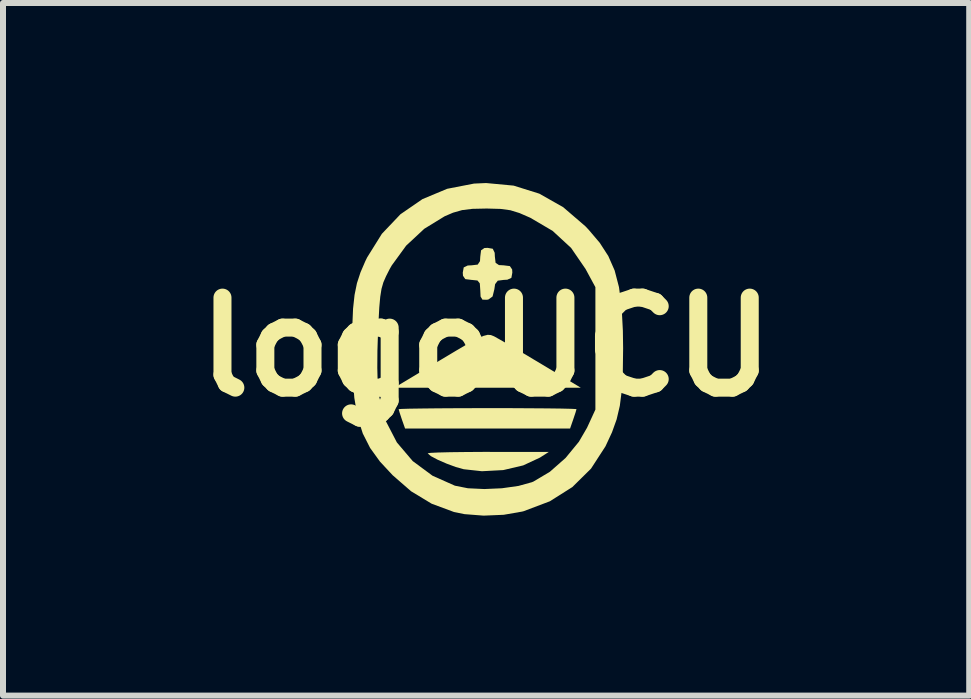
<source format=kicad_pcb>
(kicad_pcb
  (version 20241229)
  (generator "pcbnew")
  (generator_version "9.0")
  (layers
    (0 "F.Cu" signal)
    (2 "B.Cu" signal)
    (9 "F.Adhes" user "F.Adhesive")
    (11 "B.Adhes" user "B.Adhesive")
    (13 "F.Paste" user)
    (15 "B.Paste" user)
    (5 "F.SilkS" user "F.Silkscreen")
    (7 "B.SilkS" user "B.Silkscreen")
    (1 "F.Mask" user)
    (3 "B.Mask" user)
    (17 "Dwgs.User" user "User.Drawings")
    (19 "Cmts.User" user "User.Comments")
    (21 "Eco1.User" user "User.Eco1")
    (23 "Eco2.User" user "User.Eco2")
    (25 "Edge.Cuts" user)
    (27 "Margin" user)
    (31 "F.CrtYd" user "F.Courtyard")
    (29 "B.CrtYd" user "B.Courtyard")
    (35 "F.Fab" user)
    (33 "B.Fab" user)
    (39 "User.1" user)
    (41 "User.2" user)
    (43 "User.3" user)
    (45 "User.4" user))
  (footprint "logoUCU"
    (layer "F.Cu")
    (at 5.05 2.731)
    (property "Reference" "logoUCU" (at 0 0 0) (layer "F.SilkS") (effects (font (size 1.5 1.5) (thickness 0.3))))
    (attr board_only exclude_from_pos_files exclude_from_bom)
    (fp_poly (pts (xy 0.08 -0.198) (xy 0.13 -0.178) (xy 0.14 -0.173) (xy 0.227 -0.124) (xy 0.38 -0.036) (xy 0.579 0.081) (xy 0.807 0.217) (xy 0.926 0.288) (xy 1.578 0.68) (xy 0.024 0.68) (xy -1.53 0.68) (xy -0.762 0.219) (xy -0.491 0.057) (xy -0.29 -0.061) (xy -0.145 -0.139) (xy -0.044 -0.184) (xy 0.027 -0.202)) (stroke (width 0) (type solid)) (fill yes) (layer "F.SilkS"))
    (fp_poly (pts (xy 1.044 1.75) (xy 0.897 1.844) (xy 0.618 1.974) (xy 0.286 2.052) (xy -0.07 2.071) (xy -0.372 2.038) (xy -0.505 2.001) (xy -0.659 1.944) (xy -0.806 1.88) (xy -0.919 1.82) (xy -0.971 1.776) (xy -0.971 1.772) (xy -0.925 1.765) (xy -0.796 1.759) (xy -0.598 1.754) (xy -0.347 1.751) (xy -0.055 1.749) (xy 0.036 1.749)) (stroke (width 0) (type solid)) (fill yes) (layer "F.SilkS"))
    (fp_poly (pts (xy 0.392 1.02) (xy 0.727 1.022) (xy 1.017 1.024) (xy 1.25 1.027) (xy 1.414 1.031) (xy 1.497 1.035) (xy 1.506 1.037) (xy 1.491 1.09) (xy 1.456 1.195) (xy 1.452 1.207) (xy 1.399 1.36) (xy 0.024 1.36) (xy -1.35 1.36) (xy -1.404 1.207) (xy -1.44 1.098) (xy -1.457 1.039) (xy -1.457 1.037) (xy -1.41 1.033) (xy -1.278 1.029) (xy -1.073 1.026) (xy -0.806 1.023) (xy -0.488 1.021) (xy -0.132 1.02) (xy 0.024 1.02)) (stroke (width 0) (type solid)) (fill yes) (layer "F.SilkS"))
    (fp_poly (pts (xy 0.111 -1.636) (xy 0.143 -1.569) (xy 0.146 -1.506) (xy 0.158 -1.402) (xy 0.214 -1.364) (xy 0.291 -1.36) (xy 0.396 -1.347) (xy 0.434 -1.291) (xy 0.437 -1.238) (xy 0.421 -1.151) (xy 0.353 -1.12) (xy 0.294 -1.117) (xy 0.194 -1.104) (xy 0.15 -1.046) (xy 0.137 -0.959) (xy 0.108 -0.841) (xy 0.039 -0.791) (xy 0.012 -0.786) (xy -0.061 -0.788) (xy -0.092 -0.839) (xy -0.097 -0.944) (xy -0.105 -1.059) (xy -0.144 -1.107) (xy -0.24 -1.117) (xy -0.243 -1.117) (xy -0.347 -1.13) (xy -0.385 -1.186) (xy -0.389 -1.238) (xy -0.373 -1.325) (xy -0.306 -1.357) (xy -0.243 -1.36) (xy -0.14 -1.372) (xy -0.102 -1.429) (xy -0.097 -1.506) (xy -0.084 -1.61) (xy -0.029 -1.648) (xy 0.024 -1.651)) (stroke (width 0) (type solid)) (fill yes) (layer "F.SilkS"))
    (fp_poly (pts (xy 0.459 -2.688) (xy 0.887 -2.554) (xy 1.284 -2.329) (xy 1.654 -2.011) (xy 1.707 -1.955) (xy 1.893 -1.736) (xy 2.036 -1.515) (xy 2.142 -1.274) (xy 2.214 -0.997) (xy 2.258 -0.668) (xy 2.279 -0.27) (xy 2.283 0.024) (xy 2.278 0.411) (xy 2.261 0.723) (xy 2.228 0.981) (xy 2.175 1.207) (xy 2.098 1.422) (xy 1.993 1.648) (xy 1.988 1.658) (xy 1.748 2.028) (xy 1.437 2.335) (xy 1.062 2.572) (xy 0.626 2.737) (xy 0.598 2.744) (xy 0.293 2.797) (xy -0.042 2.811) (xy -0.362 2.786) (xy -0.534 2.751) (xy -0.908 2.612) (xy -1.25 2.405) (xy -1.558 2.137) (xy -1.769 1.91) (xy -1.933 1.683) (xy -2.055 1.442) (xy -2.142 1.169) (xy -2.196 0.848) (xy -2.225 0.464) (xy -2.227 0.349) (xy -1.813 0.349) (xy -1.807 0.595) (xy -1.793 0.775) (xy -1.789 0.801) (xy -1.678 1.222) (xy -1.487 1.591) (xy -1.223 1.902) (xy -0.893 2.146) (xy -0.52 2.312) (xy -0.303 2.355) (xy -0.03 2.368) (xy 0.263 2.355) (xy 0.539 2.316) (xy 0.763 2.254) (xy 0.791 2.242) (xy 1.063 2.08) (xy 1.324 1.85) (xy 1.546 1.58) (xy 1.682 1.346) (xy 1.821 1.044) (xy 1.821 0.024) (xy 1.821 -0.996) (xy 1.657 -1.299) (xy 1.416 -1.65) (xy 1.108 -1.934) (xy 0.737 -2.152) (xy 0.556 -2.231) (xy 0.403 -2.278) (xy 0.238 -2.3) (xy 0.019 -2.306) (xy 0 -2.306) (xy -0.229 -2.301) (xy -0.4 -2.28) (xy -0.551 -2.237) (xy -0.691 -2.177) (xy -1.03 -1.969) (xy -1.332 -1.688) (xy -1.573 -1.357) (xy -1.606 -1.299) (xy -1.667 -1.179) (xy -1.712 -1.076) (xy -1.743 -0.968) (xy -1.764 -0.836) (xy -1.78 -0.658) (xy -1.793 -0.416) (xy -1.801 -0.243) (xy -1.811 0.062) (xy -1.813 0.349) (xy -2.227 0.349) (xy -2.233 0.01) (xy -2.229 -0.352) (xy -2.217 -0.638) (xy -2.192 -0.867) (xy -2.152 -1.063) (xy -2.093 -1.243) (xy -2.012 -1.431) (xy -1.982 -1.492) (xy -1.737 -1.885) (xy -1.427 -2.211) (xy -1.061 -2.463) (xy -0.649 -2.635) (xy -0.201 -2.722) (xy 0 -2.731)) (stroke (width 0) (type solid)) (fill yes) (layer "F.SilkS")))
  (gr_rect
    (start -3 -3)
    (end 13.1 8.541)
    (stroke (width 0.1) (type default))
    (fill no)
    (layer "Edge.Cuts")))
</source>
